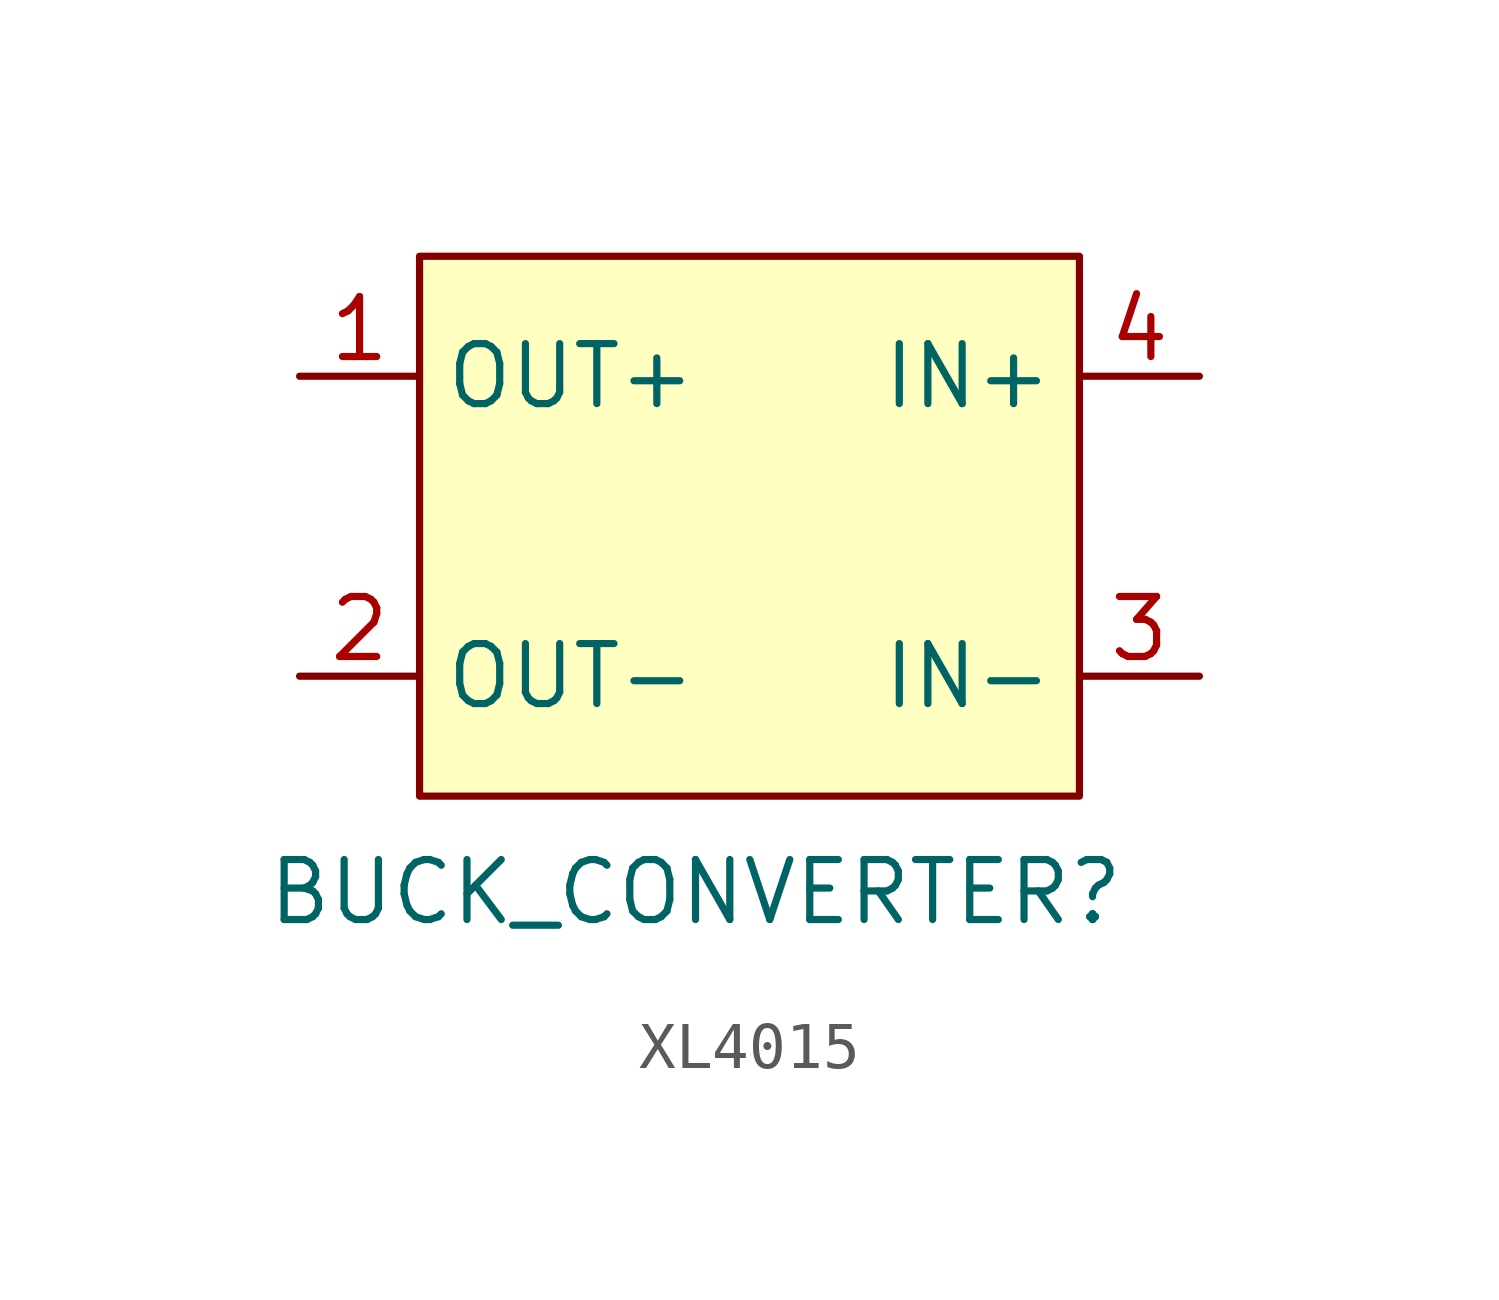
<source format=kicad_sym>
(kicad_symbol_lib
  (version 20241209)
  (generator "kicad_symbol_editor")
  (generator_version "9.0")
  (symbol "XL4015"
    (property "Reference" "BUCK_CONVERTER"
      (at -4.318 -4.572 0)
      (effects (font (size 1.27 1.27))))
    (property "Value" ""
      (at 0 0 0)
      (effects (font (size 1.27 1.27))))
    (symbol "XL4015_1_1"
      (rectangle (start -10.16 8.89) (end 3.81 -2.54) (stroke (width 0) (type solid)) (fill (type background)))
      (pin output line (at -12.7 6.35 0) (length 2.54) (name "OUT+" (effects (font (size 1.27 1.27)))) (number "1" (effects (font (size 1.27 1.27)))))
      (pin output line (at -12.7 0 0) (length 2.54) (name "OUT-" (effects (font (size 1.27 1.27)))) (number "2" (effects (font (size 1.27 1.27)))))
      (pin input line (at 6.35 6.35 180) (length 2.54) (name "IN+" (effects (font (size 1.27 1.27)))) (number "4" (effects (font (size 1.27 1.27)))))
      (pin input line (at 6.35 0 180) (length 2.54) (name "IN-" (effects (font (size 1.27 1.27)))) (number "3" (effects (font (size 1.27 1.27))))))))
</source>
